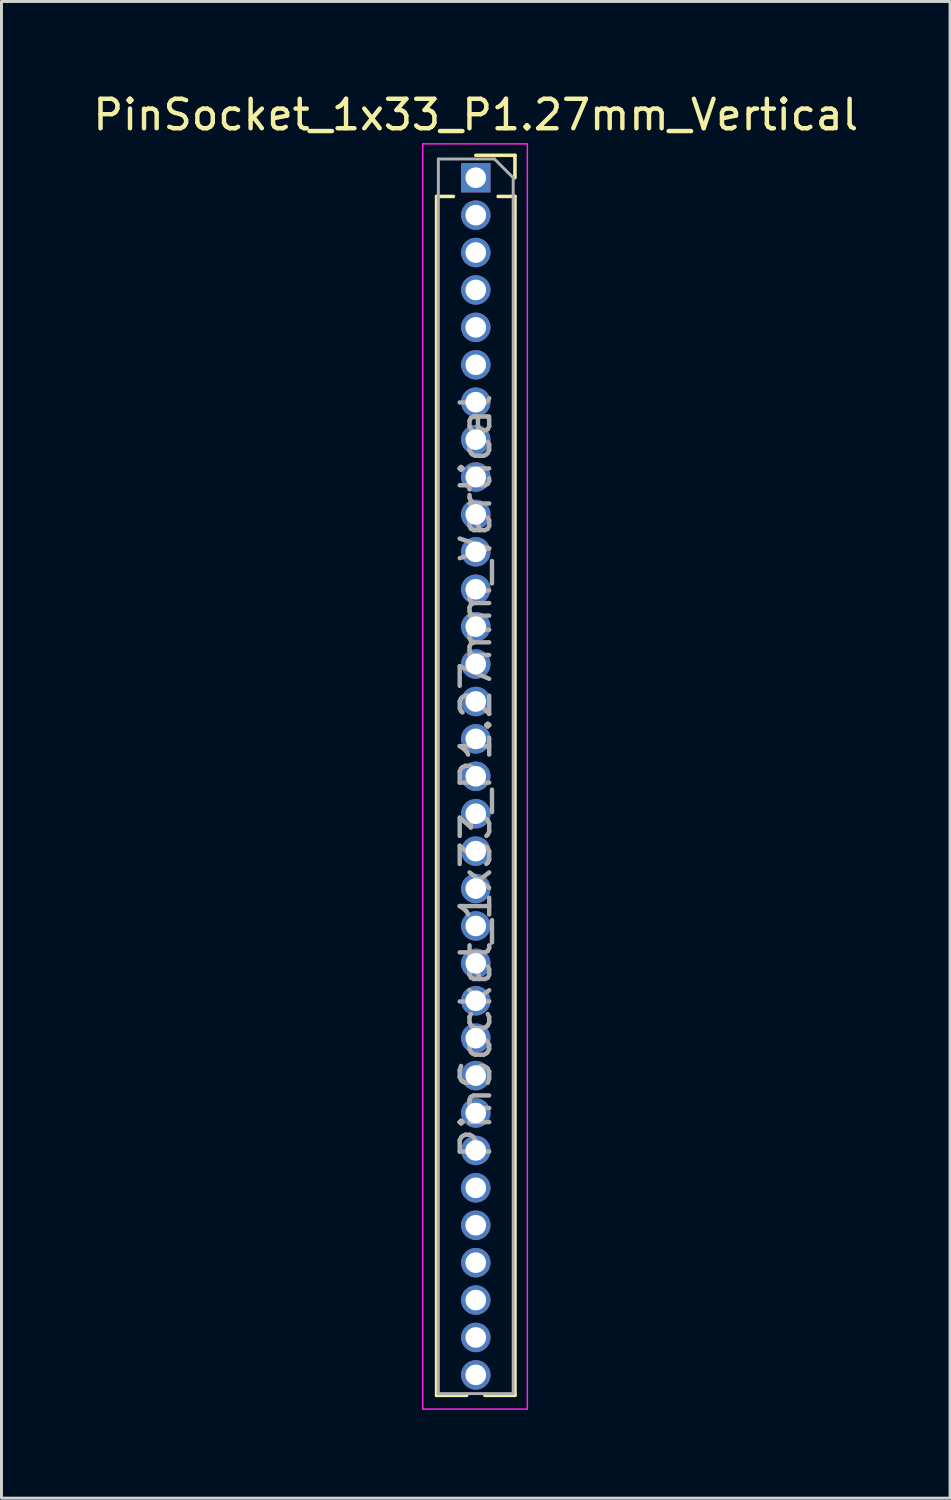
<source format=kicad_pcb>
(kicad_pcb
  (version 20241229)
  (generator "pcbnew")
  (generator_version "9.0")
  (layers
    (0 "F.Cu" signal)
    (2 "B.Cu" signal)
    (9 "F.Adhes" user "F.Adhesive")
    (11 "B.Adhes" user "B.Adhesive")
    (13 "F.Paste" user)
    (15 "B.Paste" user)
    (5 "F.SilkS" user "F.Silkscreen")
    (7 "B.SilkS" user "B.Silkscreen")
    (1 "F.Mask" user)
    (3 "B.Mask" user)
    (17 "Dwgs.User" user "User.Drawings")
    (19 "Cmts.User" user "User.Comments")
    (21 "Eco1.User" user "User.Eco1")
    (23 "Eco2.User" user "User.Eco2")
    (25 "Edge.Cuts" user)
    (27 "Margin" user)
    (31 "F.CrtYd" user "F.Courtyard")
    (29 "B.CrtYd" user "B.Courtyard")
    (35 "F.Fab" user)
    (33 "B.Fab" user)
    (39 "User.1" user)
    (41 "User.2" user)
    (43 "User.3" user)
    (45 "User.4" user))
  (footprint "PinSocket_1x33_P1.27mm_Vertical"
    (layer "F.Cu")
    (at 13.101 2.983)
    (property "Reference" "PinSocket_1x33_P1.27mm_Vertical" (at 0 -2.135 0) (layer "F.SilkS") (effects (font (size 1 1) (thickness 0.15))))
    (attr through_hole)
    (fp_line (start -1.33 0.635) (end -1.33 41.335) (stroke (width 0.12) (type solid)) (layer "F.SilkS"))
    (fp_line (start -1.33 0.635) (end -0.76 0.635) (stroke (width 0.12) (type solid)) (layer "F.SilkS"))
    (fp_line (start -1.33 41.335) (end -0.308 41.335) (stroke (width 0.12) (type solid)) (layer "F.SilkS"))
    (fp_line (start 0 -0.76) (end 1.33 -0.76) (stroke (width 0.12) (type solid)) (layer "F.SilkS"))
    (fp_line (start 0.308 41.335) (end 1.33 41.335) (stroke (width 0.12) (type solid)) (layer "F.SilkS"))
    (fp_line (start 0.76 0.635) (end 1.33 0.635) (stroke (width 0.12) (type solid)) (layer "F.SilkS"))
    (fp_line (start 1.33 -0.76) (end 1.33 0) (stroke (width 0.12) (type solid)) (layer "F.SilkS"))
    (fp_line (start 1.33 0.635) (end 1.33 41.335) (stroke (width 0.12) (type solid)) (layer "F.SilkS"))
    (fp_line (start -1.8 -1.15) (end 1.75 -1.15) (stroke (width 0.05) (type solid)) (layer "F.CrtYd"))
    (fp_line (start -1.8 41.8) (end -1.8 -1.15) (stroke (width 0.05) (type solid)) (layer "F.CrtYd"))
    (fp_line (start 1.75 -1.15) (end 1.75 41.8) (stroke (width 0.05) (type solid)) (layer "F.CrtYd"))
    (fp_line (start 1.75 41.8) (end -1.8 41.8) (stroke (width 0.05) (type solid)) (layer "F.CrtYd"))
    (fp_line (start -1.27 -0.635) (end 0.635 -0.635) (stroke (width 0.1) (type solid)) (layer "F.Fab"))
    (fp_line (start -1.27 41.275) (end -1.27 -0.635) (stroke (width 0.1) (type solid)) (layer "F.Fab"))
    (fp_line (start 0.635 -0.635) (end 1.27 0) (stroke (width 0.1) (type solid)) (layer "F.Fab"))
    (fp_line (start 1.27 0) (end 1.27 41.275) (stroke (width 0.1) (type solid)) (layer "F.Fab"))
    (fp_line (start 1.27 41.275) (end -1.27 41.275) (stroke (width 0.1) (type solid)) (layer "F.Fab"))
    (fp_text user "${REFERENCE}" (at 0 20.32 90) (layer "F.Fab") (effects (font (size 1 1) (thickness 0.15))))
    (pad "1" thru_hole rect (at 0 0) (size 1 1) (drill 0.7) (layers "*.Cu" "*.Mask"))
    (pad "2" thru_hole circle (at 0 1.27) (size 1 1) (drill 0.7) (layers "*.Cu" "*.Mask"))
    (pad "3" thru_hole circle (at 0 2.54) (size 1 1) (drill 0.7) (layers "*.Cu" "*.Mask"))
    (pad "4" thru_hole circle (at 0 3.81) (size 1 1) (drill 0.7) (layers "*.Cu" "*.Mask"))
    (pad "5" thru_hole circle (at 0 5.08) (size 1 1) (drill 0.7) (layers "*.Cu" "*.Mask"))
    (pad "6" thru_hole circle (at 0 6.35) (size 1 1) (drill 0.7) (layers "*.Cu" "*.Mask"))
    (pad "7" thru_hole circle (at 0 7.62) (size 1 1) (drill 0.7) (layers "*.Cu" "*.Mask"))
    (pad "8" thru_hole circle (at 0 8.89) (size 1 1) (drill 0.7) (layers "*.Cu" "*.Mask"))
    (pad "9" thru_hole circle (at 0 10.16) (size 1 1) (drill 0.7) (layers "*.Cu" "*.Mask"))
    (pad "10" thru_hole circle (at 0 11.43) (size 1 1) (drill 0.7) (layers "*.Cu" "*.Mask"))
    (pad "11" thru_hole circle (at 0 12.7) (size 1 1) (drill 0.7) (layers "*.Cu" "*.Mask"))
    (pad "12" thru_hole circle (at 0 13.97) (size 1 1) (drill 0.7) (layers "*.Cu" "*.Mask"))
    (pad "13" thru_hole circle (at 0 15.24) (size 1 1) (drill 0.7) (layers "*.Cu" "*.Mask"))
    (pad "14" thru_hole circle (at 0 16.51) (size 1 1) (drill 0.7) (layers "*.Cu" "*.Mask"))
    (pad "15" thru_hole circle (at 0 17.78) (size 1 1) (drill 0.7) (layers "*.Cu" "*.Mask"))
    (pad "16" thru_hole circle (at 0 19.05) (size 1 1) (drill 0.7) (layers "*.Cu" "*.Mask"))
    (pad "17" thru_hole circle (at 0 20.32) (size 1 1) (drill 0.7) (layers "*.Cu" "*.Mask"))
    (pad "18" thru_hole circle (at 0 21.59) (size 1 1) (drill 0.7) (layers "*.Cu" "*.Mask"))
    (pad "19" thru_hole circle (at 0 22.86) (size 1 1) (drill 0.7) (layers "*.Cu" "*.Mask"))
    (pad "20" thru_hole circle (at 0 24.13) (size 1 1) (drill 0.7) (layers "*.Cu" "*.Mask"))
    (pad "21" thru_hole circle (at 0 25.4) (size 1 1) (drill 0.7) (layers "*.Cu" "*.Mask"))
    (pad "22" thru_hole circle (at 0 26.67) (size 1 1) (drill 0.7) (layers "*.Cu" "*.Mask"))
    (pad "23" thru_hole circle (at 0 27.94) (size 1 1) (drill 0.7) (layers "*.Cu" "*.Mask"))
    (pad "24" thru_hole circle (at 0 29.21) (size 1 1) (drill 0.7) (layers "*.Cu" "*.Mask"))
    (pad "25" thru_hole circle (at 0 30.48) (size 1 1) (drill 0.7) (layers "*.Cu" "*.Mask"))
    (pad "26" thru_hole circle (at 0 31.75) (size 1 1) (drill 0.7) (layers "*.Cu" "*.Mask"))
    (pad "27" thru_hole circle (at 0 33.02) (size 1 1) (drill 0.7) (layers "*.Cu" "*.Mask"))
    (pad "28" thru_hole circle (at 0 34.29) (size 1 1) (drill 0.7) (layers "*.Cu" "*.Mask"))
    (pad "29" thru_hole circle (at 0 35.56) (size 1 1) (drill 0.7) (layers "*.Cu" "*.Mask"))
    (pad "30" thru_hole circle (at 0 36.83) (size 1 1) (drill 0.7) (layers "*.Cu" "*.Mask"))
    (pad "31" thru_hole circle (at 0 38.1) (size 1 1) (drill 0.7) (layers "*.Cu" "*.Mask"))
    (pad "32" thru_hole circle (at 0 39.37) (size 1 1) (drill 0.7) (layers "*.Cu" "*.Mask"))
    (pad "33" thru_hole circle (at 0 40.64) (size 1 1) (drill 0.7) (layers "*.Cu" "*.Mask")))
  (gr_rect
    (start -3 -3)
    (end 29.202 47.808)
    (stroke (width 0.1) (type default))
    (fill no)
    (layer "Edge.Cuts")))
</source>
